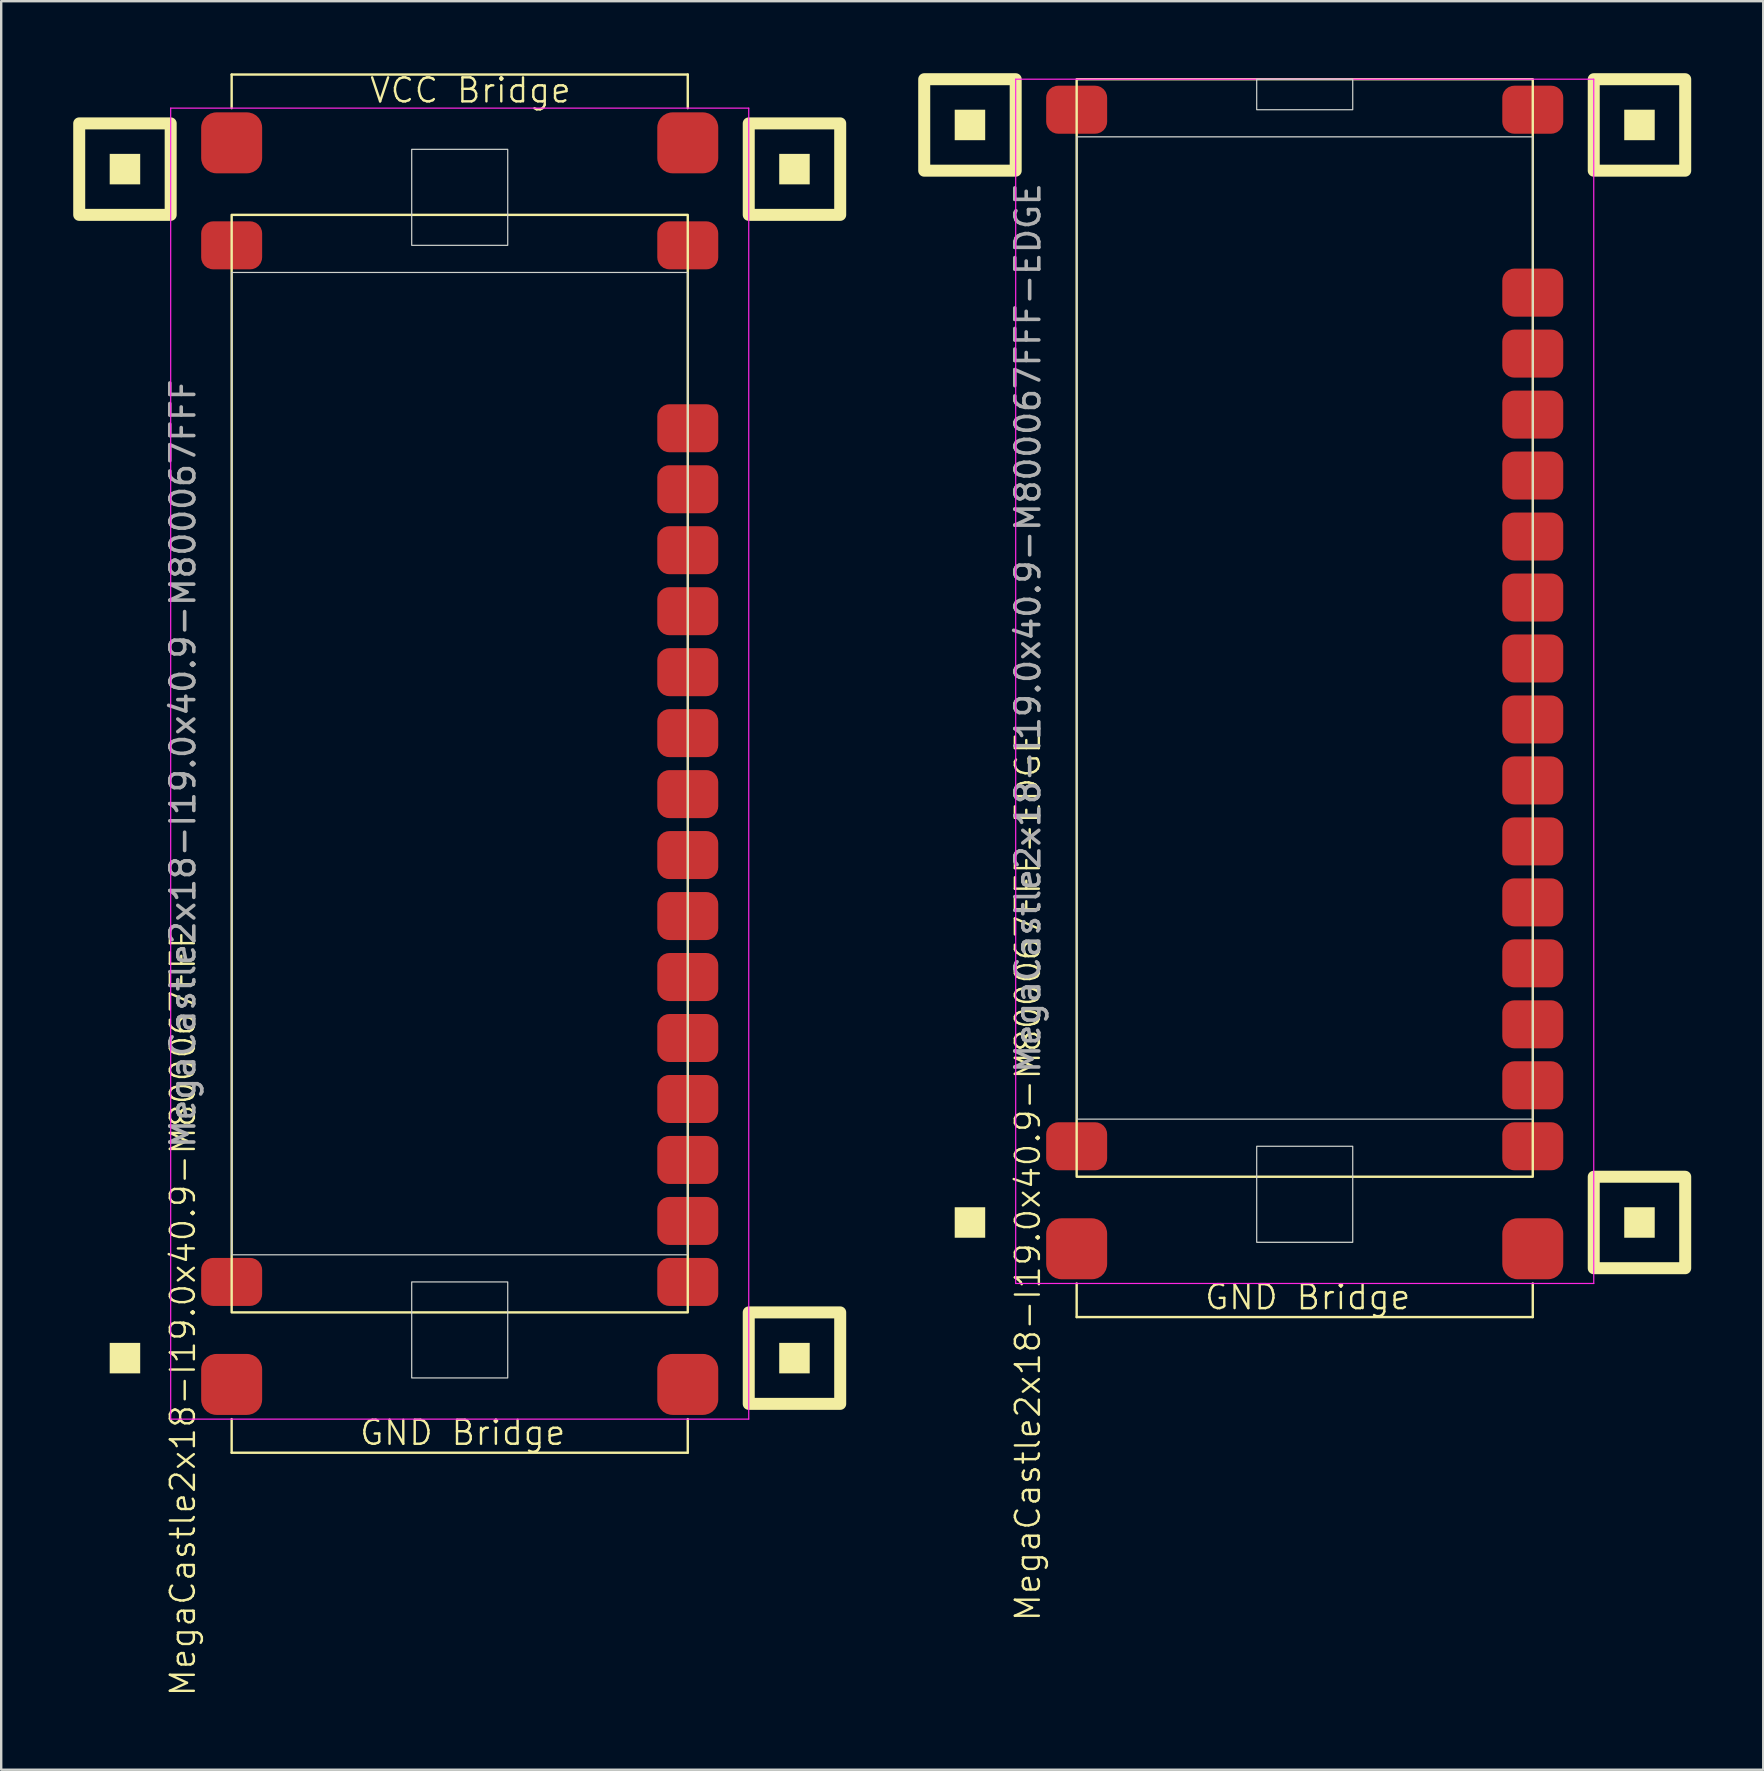
<source format=kicad_pcb>
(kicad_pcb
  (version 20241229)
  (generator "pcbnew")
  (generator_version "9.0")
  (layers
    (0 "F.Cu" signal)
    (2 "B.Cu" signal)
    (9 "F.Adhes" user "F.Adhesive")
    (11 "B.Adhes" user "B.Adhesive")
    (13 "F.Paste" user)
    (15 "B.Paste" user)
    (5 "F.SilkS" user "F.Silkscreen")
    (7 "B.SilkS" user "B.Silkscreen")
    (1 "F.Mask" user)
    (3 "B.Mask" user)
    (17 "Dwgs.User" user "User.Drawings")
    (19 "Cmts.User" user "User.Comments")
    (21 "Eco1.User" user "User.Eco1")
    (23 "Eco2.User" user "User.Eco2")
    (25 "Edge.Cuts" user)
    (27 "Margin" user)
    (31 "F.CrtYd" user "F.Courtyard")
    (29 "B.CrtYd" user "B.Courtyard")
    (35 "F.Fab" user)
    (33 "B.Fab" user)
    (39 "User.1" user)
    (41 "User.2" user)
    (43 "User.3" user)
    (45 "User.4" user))
  (footprint "MegaCastle2x18-I19.0x40.9-M800067FFF-EDGE"
    (layer "F.Cu")
    (at 51.3 23.11)
    (property "Reference" "MegaCastle2x18-I19.0x40.9-M800067FFF-EDGE" (at -11.532 22.86 90) (unlocked yes) (layer "F.SilkS") (effects (font (size 1 1) (thickness 0.1))))
    (attr smd)
    (fp_line (start -9.5 27.305) (end -9.5 28.705) (stroke (width 0.1) (type default)) (layer "F.SilkS"))
    (fp_line (start -9.5 28.705) (end 9.5 28.705) (stroke (width 0.1) (type default)) (layer "F.SilkS"))
    (fp_line (start 9.5 27.305) (end 9.5 28.705) (stroke (width 0.1) (type default)) (layer "F.SilkS"))
    (fp_rect (start -13.31 -20.32) (end -14.58 -21.59) (stroke (width 0) (type solid)) (fill yes) (layer "F.SilkS"))
    (fp_rect (start -13.31 25.4) (end -14.58 24.13) (stroke (width 0) (type solid)) (fill yes) (layer "F.SilkS"))
    (fp_rect (start -12.04 -19.05) (end -15.85 -22.86) (stroke (width 0.5) (type default)) (fill no) (layer "F.SilkS"))
    (fp_rect (start -9.5 -22.86) (end 9.5 22.86) (stroke (width 0.1) (type default)) (fill no) (layer "F.SilkS"))
    (fp_rect (start 14.58 -20.32) (end 13.31 -21.59) (stroke (width 0) (type solid)) (fill yes) (layer "F.SilkS"))
    (fp_rect (start 14.58 25.4) (end 13.31 24.13) (stroke (width 0) (type solid)) (fill yes) (layer "F.SilkS"))
    (fp_rect (start 15.85 -19.05) (end 12.04 -22.86) (stroke (width 0.5) (type default)) (fill no) (layer "F.SilkS"))
    (fp_rect (start 15.85 26.67) (end 12.04 22.86) (stroke (width 0.5) (type default)) (fill no) (layer "F.SilkS"))
    (fp_rect (start -9.5 -20.46) (end 9.5 20.46) (stroke (width 0.05) (type default)) (fill no) (layer "Edge.Cuts"))
    (fp_rect (start -2 -21.59) (end 2 -22.86) (stroke (width 0.05) (type default)) (fill no) (layer "Edge.Cuts"))
    (fp_rect (start -2 21.59) (end 2 25.59) (stroke (width 0.05) (type default)) (fill no) (layer "Edge.Cuts"))
    (fp_line (start -12.04 -22.86) (end -12.04 27.305) (stroke (width 0.05) (type default)) (layer "F.CrtYd"))
    (fp_line (start -12.04 27.305) (end 12.04 27.305) (stroke (width 0.05) (type default)) (layer "F.CrtYd"))
    (fp_line (start 12.04 -22.86) (end -12.04 -22.86) (stroke (width 0.05) (type default)) (layer "F.CrtYd"))
    (fp_line (start 12.04 -22.86) (end 12.04 27.305) (stroke (width 0.05) (type default)) (layer "F.CrtYd"))
    (fp_text user "GND Bridge" (at -4.226 28.46 0) (unlocked yes) (layer "F.SilkS") (effects (font (size 1 1) (thickness 0.1)) (justify left bottom)))
    (fp_text user "${REFERENCE}" (at -11.532 0 90) (unlocked yes) (layer "F.Fab") (effects (font (size 1 1) (thickness 0.15))))
    (pad "1" smd roundrect (at -9.5 -21.59) (size 2.54 2) (layers "F.Cu" "F.Mask" "F.Paste") (roundrect_rratio 0.25))
    (pad "18" smd roundrect (at -9.5 21.59) (size 2.54 2) (layers "F.Cu" "F.Mask" "F.Paste") (roundrect_rratio 0.25))
    (pad "19" smd roundrect (at 9.5 -21.59) (size 2.54 2) (layers "F.Cu" "F.Mask" "F.Paste") (roundrect_rratio 0.25))
    (pad "22" smd roundrect (at 9.5 -13.97) (size 2.54 2) (layers "F.Cu" "F.Mask" "F.Paste") (roundrect_rratio 0.25))
    (pad "23" smd roundrect (at 9.5 -11.43) (size 2.54 2) (layers "F.Cu" "F.Mask" "F.Paste") (roundrect_rratio 0.25))
    (pad "24" smd roundrect (at 9.5 -8.89) (size 2.54 2) (layers "F.Cu" "F.Mask" "F.Paste") (roundrect_rratio 0.25))
    (pad "25" smd roundrect (at 9.5 -6.35) (size 2.54 2) (layers "F.Cu" "F.Mask" "F.Paste") (roundrect_rratio 0.25))
    (pad "26" smd roundrect (at 9.5 -3.81) (size 2.54 2) (layers "F.Cu" "F.Mask" "F.Paste") (roundrect_rratio 0.25))
    (pad "27" smd roundrect (at 9.5 -1.27) (size 2.54 2) (layers "F.Cu" "F.Mask" "F.Paste") (roundrect_rratio 0.25))
    (pad "28" smd roundrect (at 9.5 1.27) (size 2.54 2) (layers "F.Cu" "F.Mask" "F.Paste") (roundrect_rratio 0.25))
    (pad "29" smd roundrect (at 9.5 3.81) (size 2.54 2) (layers "F.Cu" "F.Mask" "F.Paste") (roundrect_rratio 0.25))
    (pad "30" smd roundrect (at 9.5 6.35) (size 2.54 2) (layers "F.Cu" "F.Mask" "F.Paste") (roundrect_rratio 0.25))
    (pad "31" smd roundrect (at 9.5 8.89) (size 2.54 2) (layers "F.Cu" "F.Mask" "F.Paste") (roundrect_rratio 0.25))
    (pad "32" smd roundrect (at 9.5 11.43) (size 2.54 2) (layers "F.Cu" "F.Mask" "F.Paste") (roundrect_rratio 0.25))
    (pad "33" smd roundrect (at 9.5 13.97) (size 2.54 2) (layers "F.Cu" "F.Mask" "F.Paste") (roundrect_rratio 0.25))
    (pad "34" smd roundrect (at 9.5 16.51) (size 2.54 2) (layers "F.Cu" "F.Mask" "F.Paste") (roundrect_rratio 0.25))
    (pad "35" smd roundrect (at 9.5 19.05) (size 2.54 2) (layers "F.Cu" "F.Mask" "F.Paste") (roundrect_rratio 0.25))
    (pad "36" smd roundrect (at 9.5 21.59) (size 2.54 2) (layers "F.Cu" "F.Mask" "F.Paste") (roundrect_rratio 0.25))
    (pad "B1" smd roundrect (at -9.5 25.86) (size 2.54 2.54) (layers "F.Cu" "F.Mask" "F.Paste") (roundrect_rratio 0.25))
    (pad "B2" smd roundrect (at 9.5 25.86) (size 2.54 2.54) (layers "F.Cu" "F.Mask" "F.Paste") (roundrect_rratio 0.25)))
  (footprint "MegaCastle2x18-I19.0x40.9-M800067FFF"
    (layer "F.Cu")
    (at 16.1 28.76)
    (property "Reference" "MegaCastle2x18-I19.0x40.9-M800067FFF" (at -11.532 22.86 90) (unlocked yes) (layer "F.SilkS") (effects (font (size 1 1) (thickness 0.1))))
    (attr smd)
    (fp_line (start -9.5 -28.705) (end 9.5 -28.705) (stroke (width 0.1) (type default)) (layer "F.SilkS"))
    (fp_line (start -9.5 -27.305) (end -9.5 -28.705) (stroke (width 0.1) (type default)) (layer "F.SilkS"))
    (fp_line (start -9.5 27.305) (end -9.5 28.705) (stroke (width 0.1) (type default)) (layer "F.SilkS"))
    (fp_line (start -9.5 28.705) (end 9.5 28.705) (stroke (width 0.1) (type default)) (layer "F.SilkS"))
    (fp_line (start 9.5 -27.305) (end 9.5 -28.705) (stroke (width 0.1) (type default)) (layer "F.SilkS"))
    (fp_line (start 9.5 27.305) (end 9.5 28.705) (stroke (width 0.1) (type default)) (layer "F.SilkS"))
    (fp_rect (start -13.31 -24.13) (end -14.58 -25.4) (stroke (width 0) (type solid)) (fill yes) (layer "F.SilkS"))
    (fp_rect (start -13.31 25.4) (end -14.58 24.13) (stroke (width 0) (type solid)) (fill yes) (layer "F.SilkS"))
    (fp_rect (start -12.04 -22.86) (end -15.85 -26.67) (stroke (width 0.5) (type default)) (fill no) (layer "F.SilkS"))
    (fp_rect (start -9.5 -22.86) (end 9.5 22.86) (stroke (width 0.1) (type default)) (fill no) (layer "F.SilkS"))
    (fp_rect (start 14.58 -24.13) (end 13.31 -25.4) (stroke (width 0) (type solid)) (fill yes) (layer "F.SilkS"))
    (fp_rect (start 14.58 25.4) (end 13.31 24.13) (stroke (width 0) (type solid)) (fill yes) (layer "F.SilkS"))
    (fp_rect (start 15.85 -22.86) (end 12.04 -26.67) (stroke (width 0.5) (type default)) (fill no) (layer "F.SilkS"))
    (fp_rect (start 15.85 26.67) (end 12.04 22.86) (stroke (width 0.5) (type default)) (fill no) (layer "F.SilkS"))
    (fp_rect (start -9.5 -20.46) (end 9.5 20.46) (stroke (width 0.05) (type default)) (fill no) (layer "Edge.Cuts"))
    (fp_rect (start -2 -21.59) (end 2 -25.59) (stroke (width 0.05) (type default)) (fill no) (layer "Edge.Cuts"))
    (fp_rect (start -2 21.59) (end 2 25.59) (stroke (width 0.05) (type default)) (fill no) (layer "Edge.Cuts"))
    (fp_line (start -12.04 -27.305) (end -12.04 27.305) (stroke (width 0.05) (type default)) (layer "F.CrtYd"))
    (fp_line (start -12.04 27.305) (end 12.04 27.305) (stroke (width 0.05) (type default)) (layer "F.CrtYd"))
    (fp_line (start 12.04 -27.305) (end -12.04 -27.305) (stroke (width 0.05) (type default)) (layer "F.CrtYd"))
    (fp_line (start 12.04 -27.305) (end 12.04 27.305) (stroke (width 0.05) (type default)) (layer "F.CrtYd"))
    (fp_text user "GND Bridge" (at -4.226 28.46 0) (unlocked yes) (layer "F.SilkS") (effects (font (size 1 1) (thickness 0.1)) (justify left bottom)))
    (fp_text user "VCC Bridge" (at -3.81 -27.46 0) (unlocked yes) (layer "F.SilkS") (effects (font (size 1 1) (thickness 0.1)) (justify left bottom)))
    (fp_text user "${REFERENCE}" (at -11.532 0 90) (unlocked yes) (layer "F.Fab") (effects (font (size 1 1) (thickness 0.15))))
    (pad "1" smd roundrect (at -9.5 -21.59) (size 2.54 2) (layers "F.Cu" "F.Mask" "F.Paste") (roundrect_rratio 0.25))
    (pad "18" smd roundrect (at -9.5 21.59) (size 2.54 2) (layers "F.Cu" "F.Mask" "F.Paste") (roundrect_rratio 0.25))
    (pad "19" smd roundrect (at 9.5 -21.59) (size 2.54 2) (layers "F.Cu" "F.Mask" "F.Paste") (roundrect_rratio 0.25))
    (pad "22" smd roundrect (at 9.5 -13.97) (size 2.54 2) (layers "F.Cu" "F.Mask" "F.Paste") (roundrect_rratio 0.25))
    (pad "23" smd roundrect (at 9.5 -11.43) (size 2.54 2) (layers "F.Cu" "F.Mask" "F.Paste") (roundrect_rratio 0.25))
    (pad "24" smd roundrect (at 9.5 -8.89) (size 2.54 2) (layers "F.Cu" "F.Mask" "F.Paste") (roundrect_rratio 0.25))
    (pad "25" smd roundrect (at 9.5 -6.35) (size 2.54 2) (layers "F.Cu" "F.Mask" "F.Paste") (roundrect_rratio 0.25))
    (pad "26" smd roundrect (at 9.5 -3.81) (size 2.54 2) (layers "F.Cu" "F.Mask" "F.Paste") (roundrect_rratio 0.25))
    (pad "27" smd roundrect (at 9.5 -1.27) (size 2.54 2) (layers "F.Cu" "F.Mask" "F.Paste") (roundrect_rratio 0.25))
    (pad "28" smd roundrect (at 9.5 1.27) (size 2.54 2) (layers "F.Cu" "F.Mask" "F.Paste") (roundrect_rratio 0.25))
    (pad "29" smd roundrect (at 9.5 3.81) (size 2.54 2) (layers "F.Cu" "F.Mask" "F.Paste") (roundrect_rratio 0.25))
    (pad "30" smd roundrect (at 9.5 6.35) (size 2.54 2) (layers "F.Cu" "F.Mask" "F.Paste") (roundrect_rratio 0.25))
    (pad "31" smd roundrect (at 9.5 8.89) (size 2.54 2) (layers "F.Cu" "F.Mask" "F.Paste") (roundrect_rratio 0.25))
    (pad "32" smd roundrect (at 9.5 11.43) (size 2.54 2) (layers "F.Cu" "F.Mask" "F.Paste") (roundrect_rratio 0.25))
    (pad "33" smd roundrect (at 9.5 13.97) (size 2.54 2) (layers "F.Cu" "F.Mask" "F.Paste") (roundrect_rratio 0.25))
    (pad "34" smd roundrect (at 9.5 16.51) (size 2.54 2) (layers "F.Cu" "F.Mask" "F.Paste") (roundrect_rratio 0.25))
    (pad "35" smd roundrect (at 9.5 19.05) (size 2.54 2) (layers "F.Cu" "F.Mask" "F.Paste") (roundrect_rratio 0.25))
    (pad "36" smd roundrect (at 9.5 21.59) (size 2.54 2) (layers "F.Cu" "F.Mask" "F.Paste") (roundrect_rratio 0.25))
    (pad "A1" smd roundrect (at -9.5 -25.86) (size 2.54 2.54) (layers "F.Cu" "F.Mask" "F.Paste") (roundrect_rratio 0.25))
    (pad "A2" smd roundrect (at 9.5 -25.86) (size 2.54 2.54) (layers "F.Cu" "F.Mask" "F.Paste") (roundrect_rratio 0.25))
    (pad "B1" smd roundrect (at -9.5 25.86) (size 2.54 2.54) (layers "F.Cu" "F.Mask" "F.Paste") (roundrect_rratio 0.25))
    (pad "B2" smd roundrect (at 9.5 25.86) (size 2.54 2.54) (layers "F.Cu" "F.Mask" "F.Paste") (roundrect_rratio 0.25)))
  (gr_rect
    (start -3 -3)
    (end 70.4 70.67)
    (stroke (width 0.1) (type default))
    (fill no)
    (layer "Edge.Cuts")))
</source>
